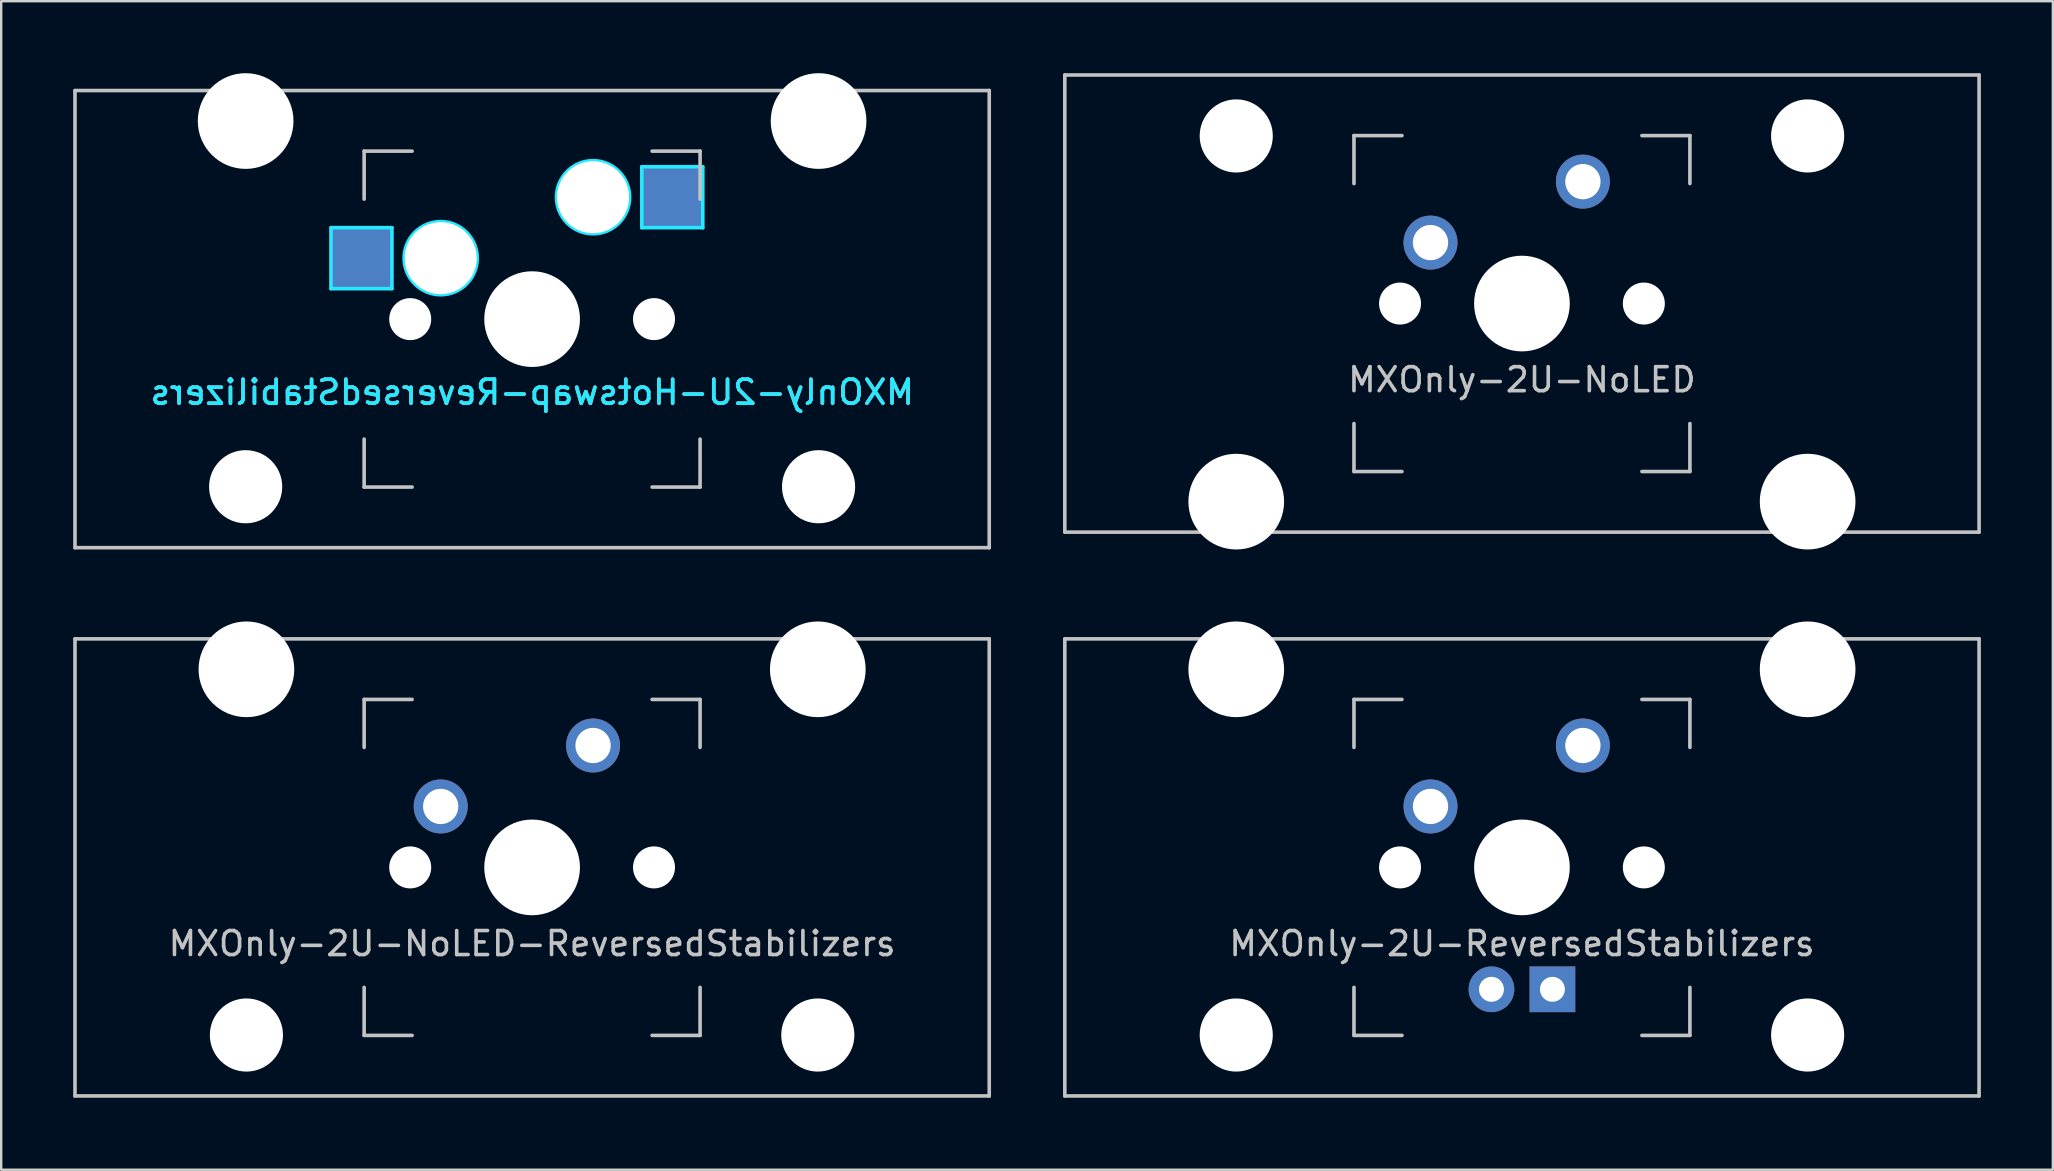
<source format=kicad_pcb>
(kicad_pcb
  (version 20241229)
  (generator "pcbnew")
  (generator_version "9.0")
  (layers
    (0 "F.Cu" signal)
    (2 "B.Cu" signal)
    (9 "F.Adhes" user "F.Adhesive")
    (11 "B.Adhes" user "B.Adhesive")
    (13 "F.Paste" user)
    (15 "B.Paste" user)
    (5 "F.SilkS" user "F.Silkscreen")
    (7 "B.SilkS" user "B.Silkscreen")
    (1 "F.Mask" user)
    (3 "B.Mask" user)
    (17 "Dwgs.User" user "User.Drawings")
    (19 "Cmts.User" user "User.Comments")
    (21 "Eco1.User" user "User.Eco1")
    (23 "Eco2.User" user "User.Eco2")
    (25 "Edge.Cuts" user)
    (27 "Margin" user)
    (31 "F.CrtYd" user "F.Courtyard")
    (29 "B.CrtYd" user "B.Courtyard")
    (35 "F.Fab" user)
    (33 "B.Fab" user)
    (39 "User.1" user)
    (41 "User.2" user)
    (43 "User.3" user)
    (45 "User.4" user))
  (footprint "MXOnly-2U-NoLED"
    (layer "F.Cu")
    (at 60.375 9.6)
    (property "Reference" "MXOnly-2U-NoLED" (at 0 3.175 0) (layer "Dwgs.User") (effects (font (size 1 1) (thickness 0.15))))
    (attr through_hole)
    (fp_line (start -19.05 -9.525) (end 19.05 -9.525) (stroke (width 0.15) (type solid)) (layer "Dwgs.User"))
    (fp_line (start -19.05 9.525) (end -19.05 -9.525) (stroke (width 0.15) (type solid)) (layer "Dwgs.User"))
    (fp_line (start -19.05 9.525) (end 19.05 9.525) (stroke (width 0.15) (type solid)) (layer "Dwgs.User"))
    (fp_line (start -7 -7) (end -7 -5) (stroke (width 0.15) (type solid)) (layer "Dwgs.User"))
    (fp_line (start -7 5) (end -7 7) (stroke (width 0.15) (type solid)) (layer "Dwgs.User"))
    (fp_line (start -7 7) (end -5 7) (stroke (width 0.15) (type solid)) (layer "Dwgs.User"))
    (fp_line (start -5 -7) (end -7 -7) (stroke (width 0.15) (type solid)) (layer "Dwgs.User"))
    (fp_line (start 5 -7) (end 7 -7) (stroke (width 0.15) (type solid)) (layer "Dwgs.User"))
    (fp_line (start 5 7) (end 7 7) (stroke (width 0.15) (type solid)) (layer "Dwgs.User"))
    (fp_line (start 7 -7) (end 7 -5) (stroke (width 0.15) (type solid)) (layer "Dwgs.User"))
    (fp_line (start 7 7) (end 7 5) (stroke (width 0.15) (type solid)) (layer "Dwgs.User"))
    (fp_line (start 19.05 -9.525) (end 19.05 9.525) (stroke (width 0.15) (type solid)) (layer "Dwgs.User"))
    (pad "" np_thru_hole circle (at -11.906 -6.985) (size 3.048 3.048) (drill 3.048) (layers "*.Cu" "*.Mask"))
    (pad "" np_thru_hole circle (at -11.906 8.255) (size 3.988 3.988) (drill 3.988) (layers "*.Cu" "*.Mask"))
    (pad "" np_thru_hole circle (at -5.08 0 48.1) (size 1.75 1.75) (drill 1.75) (layers "*.Cu" "*.Mask"))
    (pad "" np_thru_hole circle (at 0 0) (size 3.988 3.988) (drill 3.988) (layers "*.Cu" "*.Mask"))
    (pad "" np_thru_hole circle (at 5.08 0 48.1) (size 1.75 1.75) (drill 1.75) (layers "*.Cu" "*.Mask"))
    (pad "" np_thru_hole circle (at 11.906 -6.985) (size 3.048 3.048) (drill 3.048) (layers "*.Cu" "*.Mask"))
    (pad "" np_thru_hole circle (at 11.906 8.255) (size 3.988 3.988) (drill 3.988) (layers "*.Cu" "*.Mask"))
    (pad "1" thru_hole circle (at -3.81 -2.54) (size 2.25 2.25) (drill 1.47) (layers "*.Cu" "B.Mask"))
    (pad "2" thru_hole circle (at 2.54 -5.08) (size 2.25 2.25) (drill 1.47) (layers "*.Cu" "B.Mask")))
  (footprint "MXOnly-2U-ReversedStabilizers"
    (layer "F.Cu")
    (at 60.375 33.098)
    (property "Reference" "MXOnly-2U-ReversedStabilizers" (at 0 3.175 0) (layer "Dwgs.User") (effects (font (size 1 1) (thickness 0.15))))
    (attr through_hole)
    (fp_line (start -19.05 -9.525) (end 19.05 -9.525) (stroke (width 0.15) (type solid)) (layer "Dwgs.User"))
    (fp_line (start -19.05 9.525) (end -19.05 -9.525) (stroke (width 0.15) (type solid)) (layer "Dwgs.User"))
    (fp_line (start -19.05 9.525) (end 19.05 9.525) (stroke (width 0.15) (type solid)) (layer "Dwgs.User"))
    (fp_line (start -7 -7) (end -7 -5) (stroke (width 0.15) (type solid)) (layer "Dwgs.User"))
    (fp_line (start -7 5) (end -7 7) (stroke (width 0.15) (type solid)) (layer "Dwgs.User"))
    (fp_line (start -7 7) (end -5 7) (stroke (width 0.15) (type solid)) (layer "Dwgs.User"))
    (fp_line (start -5 -7) (end -7 -7) (stroke (width 0.15) (type solid)) (layer "Dwgs.User"))
    (fp_line (start 5 -7) (end 7 -7) (stroke (width 0.15) (type solid)) (layer "Dwgs.User"))
    (fp_line (start 5 7) (end 7 7) (stroke (width 0.15) (type solid)) (layer "Dwgs.User"))
    (fp_line (start 7 -7) (end 7 -5) (stroke (width 0.15) (type solid)) (layer "Dwgs.User"))
    (fp_line (start 7 7) (end 7 5) (stroke (width 0.15) (type solid)) (layer "Dwgs.User"))
    (fp_line (start 19.05 -9.525) (end 19.05 9.525) (stroke (width 0.15) (type solid)) (layer "Dwgs.User"))
    (pad "" np_thru_hole circle (at -11.906 -8.255) (size 3.988 3.988) (drill 3.988) (layers "*.Cu" "*.Mask"))
    (pad "" np_thru_hole circle (at -11.906 6.985) (size 3.048 3.048) (drill 3.048) (layers "*.Cu" "*.Mask"))
    (pad "" np_thru_hole circle (at -5.08 0 48.1) (size 1.75 1.75) (drill 1.75) (layers "*.Cu" "*.Mask"))
    (pad "" np_thru_hole circle (at 0 0) (size 3.988 3.988) (drill 3.988) (layers "*.Cu" "*.Mask"))
    (pad "" np_thru_hole circle (at 5.08 0 48.1) (size 1.75 1.75) (drill 1.75) (layers "*.Cu" "*.Mask"))
    (pad "" np_thru_hole circle (at 11.906 -8.255) (size 3.988 3.988) (drill 3.988) (layers "*.Cu" "*.Mask"))
    (pad "" np_thru_hole circle (at 11.906 6.985) (size 3.048 3.048) (drill 3.048) (layers "*.Cu" "*.Mask"))
    (pad "1" thru_hole circle (at -3.81 -2.54) (size 2.25 2.25) (drill 1.47) (layers "*.Cu" "B.Mask"))
    (pad "2" thru_hole circle (at 2.54 -5.08) (size 2.25 2.25) (drill 1.47) (layers "*.Cu" "B.Mask"))
    (pad "3" thru_hole circle (at -1.27 5.08) (size 1.905 1.905) (drill 1.04) (layers "*.Cu" "B.Mask"))
    (pad "4" thru_hole rect (at 1.27 5.08) (size 1.905 1.905) (drill 1.04) (layers "*.Cu" "B.Mask")))
  (footprint "MXOnly-2U-NoLED-ReversedStabilizers"
    (layer "F.Cu")
    (at 19.125 33.098)
    (property "Reference" "MXOnly-2U-NoLED-ReversedStabilizers" (at 0 3.175 0) (layer "Dwgs.User") (effects (font (size 1 1) (thickness 0.15))))
    (attr through_hole)
    (fp_line (start -19.05 -9.525) (end 19.05 -9.525) (stroke (width 0.15) (type solid)) (layer "Dwgs.User"))
    (fp_line (start -19.05 9.525) (end -19.05 -9.525) (stroke (width 0.15) (type solid)) (layer "Dwgs.User"))
    (fp_line (start -19.05 9.525) (end 19.05 9.525) (stroke (width 0.15) (type solid)) (layer "Dwgs.User"))
    (fp_line (start -7 -7) (end -7 -5) (stroke (width 0.15) (type solid)) (layer "Dwgs.User"))
    (fp_line (start -7 5) (end -7 7) (stroke (width 0.15) (type solid)) (layer "Dwgs.User"))
    (fp_line (start -7 7) (end -5 7) (stroke (width 0.15) (type solid)) (layer "Dwgs.User"))
    (fp_line (start -5 -7) (end -7 -7) (stroke (width 0.15) (type solid)) (layer "Dwgs.User"))
    (fp_line (start 5 -7) (end 7 -7) (stroke (width 0.15) (type solid)) (layer "Dwgs.User"))
    (fp_line (start 5 7) (end 7 7) (stroke (width 0.15) (type solid)) (layer "Dwgs.User"))
    (fp_line (start 7 -7) (end 7 -5) (stroke (width 0.15) (type solid)) (layer "Dwgs.User"))
    (fp_line (start 7 7) (end 7 5) (stroke (width 0.15) (type solid)) (layer "Dwgs.User"))
    (fp_line (start 19.05 -9.525) (end 19.05 9.525) (stroke (width 0.15) (type solid)) (layer "Dwgs.User"))
    (pad "" np_thru_hole circle (at -11.906 -8.255) (size 3.988 3.988) (drill 3.988) (layers "*.Cu" "*.Mask"))
    (pad "" np_thru_hole circle (at -11.906 6.985) (size 3.048 3.048) (drill 3.048) (layers "*.Cu" "*.Mask"))
    (pad "" np_thru_hole circle (at -5.08 0 48.1) (size 1.75 1.75) (drill 1.75) (layers "*.Cu" "*.Mask"))
    (pad "" np_thru_hole circle (at 0 0) (size 3.988 3.988) (drill 3.988) (layers "*.Cu" "*.Mask"))
    (pad "" np_thru_hole circle (at 5.08 0 48.1) (size 1.75 1.75) (drill 1.75) (layers "*.Cu" "*.Mask"))
    (pad "" np_thru_hole circle (at 11.906 -8.255) (size 3.988 3.988) (drill 3.988) (layers "*.Cu" "*.Mask"))
    (pad "" np_thru_hole circle (at 11.906 6.985) (size 3.048 3.048) (drill 3.048) (layers "*.Cu" "*.Mask"))
    (pad "1" thru_hole circle (at -3.81 -2.54) (size 2.25 2.25) (drill 1.47) (layers "*.Cu" "B.Mask"))
    (pad "2" thru_hole circle (at 2.54 -5.08) (size 2.25 2.25) (drill 1.47) (layers "*.Cu" "B.Mask")))
  (footprint "MXOnly-2U-Hotswap-ReversedStabilizers"
    (layer "F.Cu")
    (at 19.125 10.249)
    (property "Reference" "MXOnly-2U-Hotswap-ReversedStabilizers" (at 0 3.048 0) (layer "B.CrtYd") (effects (font (size 1 1) (thickness 0.15)) (justify mirror)))
    (attr smd)
    (fp_line (start -19.05 -9.525) (end 19.05 -9.525) (stroke (width 0.15) (type solid)) (layer "Dwgs.User"))
    (fp_line (start -19.05 9.525) (end -19.05 -9.525) (stroke (width 0.15) (type solid)) (layer "Dwgs.User"))
    (fp_line (start -7 -7) (end -7 -5) (stroke (width 0.15) (type solid)) (layer "Dwgs.User"))
    (fp_line (start -7 5) (end -7 7) (stroke (width 0.15) (type solid)) (layer "Dwgs.User"))
    (fp_line (start -7 7) (end -5 7) (stroke (width 0.15) (type solid)) (layer "Dwgs.User"))
    (fp_line (start -5 -7) (end -7 -7) (stroke (width 0.15) (type solid)) (layer "Dwgs.User"))
    (fp_line (start 5 -7) (end 7 -7) (stroke (width 0.15) (type solid)) (layer "Dwgs.User"))
    (fp_line (start 5 7) (end 7 7) (stroke (width 0.15) (type solid)) (layer "Dwgs.User"))
    (fp_line (start 7 -7) (end 7 -5) (stroke (width 0.15) (type solid)) (layer "Dwgs.User"))
    (fp_line (start 7 7) (end 7 5) (stroke (width 0.15) (type solid)) (layer "Dwgs.User"))
    (fp_line (start 19.05 -9.525) (end 19.05 9.525) (stroke (width 0.15) (type solid)) (layer "Dwgs.User"))
    (fp_line (start 19.05 9.525) (end -19.05 9.525) (stroke (width 0.15) (type solid)) (layer "Dwgs.User"))
    (fp_line (start -8.382 -3.81) (end -8.382 -1.27) (stroke (width 0.15) (type solid)) (layer "B.CrtYd"))
    (fp_line (start -8.382 -1.27) (end -5.842 -1.27) (stroke (width 0.15) (type solid)) (layer "B.CrtYd"))
    (fp_line (start -5.842 -3.81) (end -8.382 -3.81) (stroke (width 0.15) (type solid)) (layer "B.CrtYd"))
    (fp_line (start -5.842 -1.27) (end -5.842 -3.81) (stroke (width 0.15) (type solid)) (layer "B.CrtYd"))
    (fp_line (start 4.572 -6.35) (end 7.112 -6.35) (stroke (width 0.15) (type solid)) (layer "B.CrtYd"))
    (fp_line (start 4.572 -3.81) (end 4.572 -6.35) (stroke (width 0.15) (type solid)) (layer "B.CrtYd"))
    (fp_line (start 7.112 -6.35) (end 7.112 -3.81) (stroke (width 0.15) (type solid)) (layer "B.CrtYd"))
    (fp_line (start 7.112 -3.81) (end 4.572 -3.81) (stroke (width 0.15) (type solid)) (layer "B.CrtYd"))
    (fp_circle (center -3.81 -2.54) (end -3.81 -4.064) (stroke (width 0.15) (type solid)) (fill no) (layer "B.CrtYd"))
    (fp_circle (center 2.54 -5.08) (end 2.54 -6.604) (stroke (width 0.15) (type solid)) (fill no) (layer "B.CrtYd"))
    (fp_text user "${REFERENCE}" (at 0 3.048 0) (layer "B.SilkS") (effects (font (size 1 1) (thickness 0.15)) (justify mirror)))
    (pad "" np_thru_hole circle (at -11.938 -8.255) (size 3.988 3.988) (drill 3.988) (layers "*.Cu" "*.Mask"))
    (pad "" np_thru_hole circle (at -11.938 6.985) (size 3.048 3.048) (drill 3.048) (layers "*.Cu" "*.Mask"))
    (pad "" np_thru_hole circle (at -5.08 0 48.1) (size 1.75 1.75) (drill 1.75) (layers "*.Cu" "*.Mask"))
    (pad "" np_thru_hole circle (at -3.81 -2.54) (size 3 3) (drill 3) (layers "*.Cu" "*.Mask"))
    (pad "" np_thru_hole circle (at 0 0) (size 3.988 3.988) (drill 3.988) (layers "*.Cu" "*.Mask"))
    (pad "" np_thru_hole circle (at 2.54 -5.08) (size 3 3) (drill 3) (layers "*.Cu" "*.Mask"))
    (pad "" np_thru_hole circle (at 5.08 0 48.1) (size 1.75 1.75) (drill 1.75) (layers "*.Cu" "*.Mask"))
    (pad "" np_thru_hole circle (at 11.938 -8.255) (size 3.988 3.988) (drill 3.988) (layers "*.Cu" "*.Mask"))
    (pad "" np_thru_hole circle (at 11.938 6.985) (size 3.048 3.048) (drill 3.048) (layers "*.Cu" "*.Mask"))
    (pad "1" smd rect (at -7.085 -2.54) (size 2.55 2.5) (layers "B.Cu" "B.Mask" "B.Paste"))
    (pad "2" smd rect (at 5.842 -5.08) (size 2.55 2.5) (layers "B.Cu" "B.Mask" "B.Paste")))
  (gr_rect
    (start -3 -3)
    (end 82.5 45.698)
    (stroke (width 0.1) (type default))
    (fill no)
    (layer "Edge.Cuts")))
</source>
